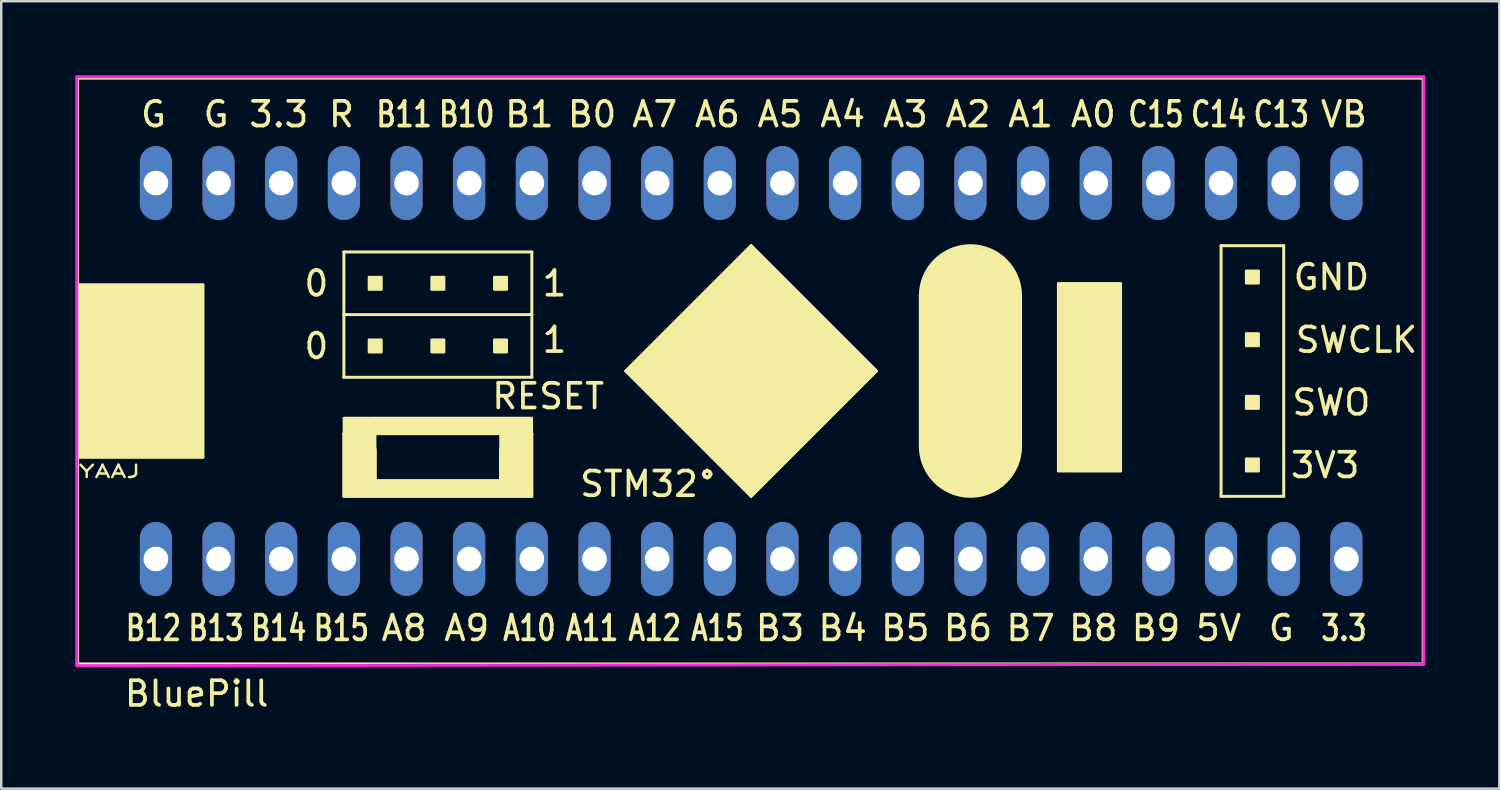
<source format=kicad_pcb>
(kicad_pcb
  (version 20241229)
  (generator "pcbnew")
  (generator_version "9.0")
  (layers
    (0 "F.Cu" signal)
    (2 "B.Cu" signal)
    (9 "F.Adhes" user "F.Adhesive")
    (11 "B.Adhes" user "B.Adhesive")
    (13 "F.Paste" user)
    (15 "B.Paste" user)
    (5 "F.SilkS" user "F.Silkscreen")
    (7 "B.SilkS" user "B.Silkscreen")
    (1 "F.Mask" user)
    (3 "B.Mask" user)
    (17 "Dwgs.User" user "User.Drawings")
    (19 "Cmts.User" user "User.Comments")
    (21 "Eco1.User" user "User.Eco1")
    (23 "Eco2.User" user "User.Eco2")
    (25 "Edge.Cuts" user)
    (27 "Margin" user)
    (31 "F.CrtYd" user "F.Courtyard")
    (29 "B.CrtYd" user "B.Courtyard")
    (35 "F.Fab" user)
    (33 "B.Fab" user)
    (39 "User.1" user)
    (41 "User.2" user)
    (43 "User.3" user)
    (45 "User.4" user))
  (footprint "BluePill"
    (layer "F.Cu")
    (at 3.171 19.618)
    (property "Reference" "BluePill" (at 1.75 5.453 180) (layer "F.SilkS") (effects (font (size 1 1) (thickness 0.15))))
    (attr through_hole)
    (fp_line (start -3.076 -19.502) (end 51.471 -19.502) (stroke (width 0.12) (type solid)) (layer "F.SilkS"))
    (fp_line (start -3.076 -4.135) (end 2.004 -4.135) (stroke (width 0.12) (type solid)) (layer "F.SilkS"))
    (fp_line (start -3.076 4.247) (end -3.076 -19.502) (stroke (width 0.12) (type solid)) (layer "F.SilkS"))
    (fp_line (start 2.004 -11.12) (end -3.076 -11.12) (stroke (width 0.12) (type solid)) (layer "F.SilkS"))
    (fp_line (start 2.004 -4.135) (end 2.004 -11.12) (stroke (width 0.12) (type solid)) (layer "F.SilkS"))
    (fp_line (start 7.719 -12.454) (end 7.719 -7.374) (stroke (width 0.12) (type solid)) (layer "F.SilkS"))
    (fp_line (start 7.719 -9.914) (end 15.339 -9.914) (stroke (width 0.12) (type solid)) (layer "F.SilkS"))
    (fp_line (start 7.719 -7.374) (end 15.339 -7.374) (stroke (width 0.12) (type solid)) (layer "F.SilkS"))
    (fp_line (start 7.719 -5.088) (end 15.339 -5.088) (stroke (width 0.12) (type solid)) (layer "F.SilkS"))
    (fp_line (start 7.719 -2.548) (end 7.719 -5.088) (stroke (width 0.12) (type solid)) (layer "F.SilkS"))
    (fp_line (start 8.989 -3.183) (end 8.989 -4.453) (stroke (width 0.12) (type solid)) (layer "F.SilkS"))
    (fp_line (start 14.069 -4.453) (end 14.069 -3.183) (stroke (width 0.12) (type solid)) (layer "F.SilkS"))
    (fp_line (start 14.069 -3.183) (end 8.989 -3.183) (stroke (width 0.12) (type solid)) (layer "F.SilkS"))
    (fp_line (start 15.339 -12.454) (end 7.719 -12.454) (stroke (width 0.12) (type solid)) (layer "F.SilkS"))
    (fp_line (start 15.339 -7.374) (end 15.339 -12.454) (stroke (width 0.12) (type solid)) (layer "F.SilkS"))
    (fp_line (start 15.339 -5.088) (end 15.339 -2.548) (stroke (width 0.12) (type solid)) (layer "F.SilkS"))
    (fp_line (start 15.339 -2.548) (end 7.719 -2.548) (stroke (width 0.12) (type solid)) (layer "F.SilkS"))
    (fp_line (start 19.149 -7.628) (end 24.229 -12.708) (stroke (width 0.12) (type solid)) (layer "F.SilkS"))
    (fp_line (start 24.229 -12.708) (end 29.309 -7.628) (stroke (width 0.12) (type solid)) (layer "F.SilkS"))
    (fp_line (start 24.229 -2.548) (end 19.149 -7.628) (stroke (width 0.12) (type solid)) (layer "F.SilkS"))
    (fp_line (start 29.309 -7.628) (end 24.229 -2.548) (stroke (width 0.12) (type solid)) (layer "F.SilkS"))
    (fp_line (start 31.087 -4.58) (end 31.087 -10.676) (stroke (width 0.12) (type solid)) (layer "F.SilkS"))
    (fp_line (start 35.151 -4.58) (end 35.151 -10.676) (stroke (width 0.12) (type solid)) (layer "F.SilkS"))
    (fp_line (start 43.279 -12.708) (end 43.279 -2.548) (stroke (width 0.12) (type solid)) (layer "F.SilkS"))
    (fp_line (start 43.279 -2.548) (end 45.819 -2.548) (stroke (width 0.12) (type solid)) (layer "F.SilkS"))
    (fp_line (start 45.819 -12.708) (end 43.279 -12.708) (stroke (width 0.12) (type solid)) (layer "F.SilkS"))
    (fp_line (start 45.819 -2.548) (end 45.819 -12.708) (stroke (width 0.12) (type solid)) (layer "F.SilkS"))
    (fp_line (start 51.471 -19.502) (end 51.471 4.247) (stroke (width 0.12) (type solid)) (layer "F.SilkS"))
    (fp_line (start 51.471 4.247) (end -3.076 4.247) (stroke (width 0.12) (type solid)) (layer "F.SilkS"))
    (fp_arc (start 31.08706 -10.67562) (mid 33.11906 -12.70762) (end 35.15106 -10.67562) (stroke (width 0.12) (type solid)) (layer "F.SilkS"))
    (fp_arc (start 35.15106 -4.57962) (mid 33.11906 -2.54762) (end 31.08706 -4.57962) (stroke (width 0.12) (type solid)) (layer "F.SilkS"))
    (fp_poly (pts (xy -3.076 -4.135) (xy 2.004 -4.135) (xy 2.004 -11.12) (xy -3.076 -11.12)) (stroke (width 0.1) (type solid)) (fill yes) (layer "F.SilkS"))
    (fp_poly (pts (xy 7.719 -2.548) (xy 7.719 -5.723) (xy 8.989 -5.723) (xy 8.989 -2.548)) (stroke (width 0.1) (type solid)) (fill yes) (layer "F.SilkS"))
    (fp_poly (pts (xy 8.735 -10.93) (xy 9.243 -10.93) (xy 9.243 -11.438) (xy 8.735 -11.438)) (stroke (width 0.1) (type solid)) (fill yes) (layer "F.SilkS"))
    (fp_poly (pts (xy 8.735 -8.39) (xy 8.735 -8.898) (xy 9.243 -8.898) (xy 9.243 -8.39)) (stroke (width 0.1) (type solid)) (fill yes) (layer "F.SilkS"))
    (fp_poly (pts (xy 8.989 -5.088) (xy 8.989 -5.723) (xy 14.069 -5.723) (xy 14.069 -5.088)) (stroke (width 0.1) (type solid)) (fill yes) (layer "F.SilkS"))
    (fp_poly (pts (xy 8.989 -2.548) (xy 8.989 -3.183) (xy 14.069 -3.183) (xy 14.069 -2.548)) (stroke (width 0.1) (type solid)) (fill yes) (layer "F.SilkS"))
    (fp_poly (pts (xy 11.275 -10.93) (xy 11.275 -11.438) (xy 11.783 -11.438) (xy 11.783 -10.93)) (stroke (width 0.1) (type solid)) (fill yes) (layer "F.SilkS"))
    (fp_poly (pts (xy 11.275 -8.39) (xy 11.275 -8.898) (xy 11.783 -8.898) (xy 11.783 -8.39)) (stroke (width 0.1) (type solid)) (fill yes) (layer "F.SilkS"))
    (fp_poly (pts (xy 13.815 -10.93) (xy 13.815 -11.438) (xy 14.323 -11.438) (xy 14.323 -10.93)) (stroke (width 0.1) (type solid)) (fill yes) (layer "F.SilkS"))
    (fp_poly (pts (xy 13.815 -8.39) (xy 14.323 -8.39) (xy 14.323 -8.898) (xy 13.815 -8.898)) (stroke (width 0.1) (type solid)) (fill yes) (layer "F.SilkS"))
    (fp_poly (pts (xy 14.069 -2.548) (xy 14.069 -5.723) (xy 15.339 -5.723) (xy 15.339 -2.548)) (stroke (width 0.1) (type solid)) (fill yes) (layer "F.SilkS"))
    (fp_poly (pts (xy 19.149 -7.628) (xy 24.229 -2.548) (xy 29.309 -7.628) (xy 24.229 -12.708)) (stroke (width 0.1) (type solid)) (fill yes) (layer "F.SilkS"))
    (fp_poly (pts (xy 36.675 -3.564) (xy 36.675 -11.184) (xy 39.215 -11.184) (xy 39.215 -3.564)) (stroke (width 0.1) (type solid)) (fill yes) (layer "F.SilkS"))
    (fp_poly (pts (xy 44.295 -11.184) (xy 44.803 -11.184) (xy 44.803 -11.692) (xy 44.295 -11.692)) (stroke (width 0.1) (type solid)) (fill yes) (layer "F.SilkS"))
    (fp_poly (pts (xy 44.295 -8.644) (xy 44.803 -8.644) (xy 44.803 -9.152) (xy 44.295 -9.152)) (stroke (width 0.1) (type solid)) (fill yes) (layer "F.SilkS"))
    (fp_poly (pts (xy 44.295 -6.104) (xy 44.803 -6.104) (xy 44.803 -6.612) (xy 44.295 -6.612)) (stroke (width 0.1) (type solid)) (fill yes) (layer "F.SilkS"))
    (fp_poly (pts (xy 44.295 -3.564) (xy 44.803 -3.564) (xy 44.803 -4.072) (xy 44.295 -4.072)) (stroke (width 0.1) (type solid)) (fill yes) (layer "F.SilkS"))
    (fp_poly (pts (xy 31.196 -4.209) (xy 31.35 -3.745) (xy 31.606 -3.362) (xy 31.742 -3.185) (xy 32.057 -2.926) (xy 32.291 -2.799) (xy 32.522 -2.723) (xy 32.827 -2.652) (xy 33.114 -2.598) (xy 33.541 -2.642) (xy 33.891 -2.744) (xy 34.196 -2.936) (xy 34.412 -3.089) (xy 34.638 -3.338) (xy 34.877 -3.627) (xy 34.973 -3.856) (xy 35.019 -4.049) (xy 35.088 -4.514) (xy 35.093 -10.838) (xy 34.966 -11.394) (xy 34.592 -11.979) (xy 34.242 -12.291) (xy 33.726 -12.529) (xy 33.381 -12.592) (xy 33.076 -12.624) (xy 32.743 -12.593) (xy 32.342 -12.484) (xy 32.144 -12.403) (xy 31.92 -12.25) (xy 31.704 -12.029) (xy 31.499 -11.781) (xy 31.255 -11.318) (xy 31.163 -10.843) (xy 31.168 -4.521)) (stroke (width 0.1) (type solid)) (fill yes) (layer "F.SilkS"))
    (fp_line (start -3.111 -19.558) (end 51.498 -19.558) (stroke (width 0.12) (type solid)) (layer "F.CrtYd"))
    (fp_line (start -3.111 4.318) (end -3.111 -19.558) (stroke (width 0.12) (type solid)) (layer "F.CrtYd"))
    (fp_line (start 51.498 -19.558) (end 51.498 4.255) (stroke (width 0.12) (type solid)) (layer "F.CrtYd"))
    (fp_line (start 51.498 4.255) (end -3.111 4.318) (stroke (width 0.12) (type solid)) (layer "F.CrtYd"))
    (fp_text user "B10" (at 12.7 -18.034 0) (layer "F.SilkS") (effects (font (size 1 0.762) (thickness 0.15))))
    (fp_text user "A12" (at 20.32 2.794 0) (layer "F.SilkS") (effects (font (size 1 0.762) (thickness 0.15))))
    (fp_text user "A6" (at 22.86 -18.034 0) (layer "F.SilkS") (effects (font (size 1 1) (thickness 0.15))))
    (fp_text user "SWCLK" (at 48.768 -8.89 0) (layer "F.SilkS") (effects (font (size 1 1) (thickness 0.15))))
    (fp_text user "B6" (at 33.02 2.794 0) (layer "F.SilkS") (effects (font (size 1 1) (thickness 0.15))))
    (fp_text user "B11" (at 10.16 -18.034 0) (layer "F.SilkS") (effects (font (size 1 0.762) (thickness 0.15))))
    (fp_text user "B5" (at 30.48 2.794 0) (layer "F.SilkS") (effects (font (size 1 1) (thickness 0.15))))
    (fp_text user "1" (at 16.256 -8.89 0) (layer "F.SilkS") (effects (font (size 1 1) (thickness 0.15))))
    (fp_text user "C15" (at 40.64 -18.034 0) (layer "F.SilkS") (effects (font (size 1 0.762) (thickness 0.15))))
    (fp_text user "B9" (at 40.64 2.794 0) (layer "F.SilkS") (effects (font (size 1 1) (thickness 0.15))))
    (fp_text user "A4" (at 27.94 -18.034 0) (layer "F.SilkS") (effects (font (size 1 1) (thickness 0.15))))
    (fp_text user "A10" (at 15.24 2.794 0) (layer "F.SilkS") (effects (font (size 1 0.762) (thickness 0.15))))
    (fp_text user "B13" (at 2.54 2.794 0) (layer "F.SilkS") (effects (font (size 1 0.762) (thickness 0.15))))
    (fp_text user "A1" (at 35.56 -18.034 0) (layer "F.SilkS") (effects (font (size 1 1) (thickness 0.15))))
    (fp_text user "B3" (at 25.4 2.794 0) (layer "F.SilkS") (effects (font (size 1 1) (thickness 0.15))))
    (fp_text user "B15" (at 7.62 2.794 0) (layer "F.SilkS") (effects (font (size 1 0.762) (thickness 0.15))))
    (fp_text user "RESET" (at 16.002 -6.604 0) (layer "F.SilkS") (effects (font (size 1 1) (thickness 0.15))))
    (fp_text user "C13" (at 45.72 -18.034 0) (layer "F.SilkS") (effects (font (size 1 0.762) (thickness 0.15))))
    (fp_text user "VB" (at 48.26 -18.034 0) (layer "F.SilkS") (effects (font (size 1 1) (thickness 0.15))))
    (fp_text user "B0" (at 17.78 -18.034 0) (layer "F.SilkS") (effects (font (size 1 1) (thickness 0.15))))
    (fp_text user "B8" (at 38.1 2.794 0) (layer "F.SilkS") (effects (font (size 1 1) (thickness 0.15))))
    (fp_text user "A2" (at 33.02 -18.034 0) (layer "F.SilkS") (effects (font (size 1 1) (thickness 0.15))))
    (fp_text user "A3" (at 30.48 -18.034 0) (layer "F.SilkS") (effects (font (size 1 1) (thickness 0.15))))
    (fp_text user "G" (at 0 -18.034 0) (layer "F.SilkS") (effects (font (size 1 1) (thickness 0.15))))
    (fp_text user "STM32°" (at 20.066 -3.048 0) (layer "F.SilkS") (effects (font (size 1 1) (thickness 0.15))))
    (fp_text user "SWO" (at 47.752 -6.35 0) (layer "F.SilkS") (effects (font (size 1 1) (thickness 0.15))))
    (fp_text user "B4" (at 27.94 2.794 0) (layer "F.SilkS") (effects (font (size 1 1) (thickness 0.15))))
    (fp_text user "G" (at 45.72 2.794 0) (layer "F.SilkS") (effects (font (size 1 1) (thickness 0.15))))
    (fp_text user "B7" (at 35.56 2.794 0) (layer "F.SilkS") (effects (font (size 1 1) (thickness 0.15))))
    (fp_text user "5V" (at 43.18 2.794 0) (layer "F.SilkS") (effects (font (size 1 1) (thickness 0.15))))
    (fp_text user "B1" (at 15.24 -18.034 0) (layer "F.SilkS") (effects (font (size 1 1) (thickness 0.15))))
    (fp_text user "C14" (at 43.18 -18.034 0) (layer "F.SilkS") (effects (font (size 1 0.762) (thickness 0.15))))
    (fp_text user "1" (at 16.256 -11.176 0) (layer "F.SilkS") (effects (font (size 1 1) (thickness 0.15))))
    (fp_text user "A15" (at 22.86 2.794 0) (layer "F.SilkS") (effects (font (size 1 0.762) (thickness 0.15))))
    (fp_text user "3V3" (at 47.498 -3.81 0) (layer "F.SilkS") (effects (font (size 1 1) (thickness 0.15))))
    (fp_text user "A8" (at 10.16 2.794 0) (layer "F.SilkS") (effects (font (size 1 1) (thickness 0.15))))
    (fp_text user "B14" (at 5.08 2.794 0) (layer "F.SilkS") (effects (font (size 1 0.762) (thickness 0.15))))
    (fp_text user "A7" (at 20.32 -18.034 0) (layer "F.SilkS") (effects (font (size 1 1) (thickness 0.15))))
    (fp_text user "B12" (at 0 2.794 0) (layer "F.SilkS") (effects (font (size 1 0.762) (thickness 0.15))))
    (fp_text user "0" (at 6.604 -8.636 0) (layer "F.SilkS") (effects (font (size 1 1) (thickness 0.15))))
    (fp_text user "A5" (at 25.4 -18.034 0) (layer "F.SilkS") (effects (font (size 1 1) (thickness 0.15))))
    (fp_text user "3.3" (at 5.08 -18.034 0) (layer "F.SilkS") (effects (font (size 1 1) (thickness 0.15))))
    (fp_text user "R" (at 7.62 -18.034 0) (layer "F.SilkS") (effects (font (size 1 1) (thickness 0.15))))
    (fp_text user "GND" (at 47.752 -11.43 0) (layer "F.SilkS") (effects (font (size 1 1) (thickness 0.15))))
    (fp_text user "A0" (at 38.1 -18.034 0) (layer "F.SilkS") (effects (font (size 1 1) (thickness 0.15))))
    (fp_text user "0" (at 6.604 -11.176 0) (layer "F.SilkS") (effects (font (size 1 1) (thickness 0.15))))
    (fp_text user "A11" (at 17.78 2.794 0) (layer "F.SilkS") (effects (font (size 1 0.762) (thickness 0.15))))
    (fp_text user "G" (at 2.54 -18.034 0) (layer "F.SilkS") (effects (font (size 1 1) (thickness 0.15))))
    (fp_text user "3.3" (at 48.26 2.794 0) (layer "F.SilkS") (effects (font (size 1 0.762) (thickness 0.15))))
    (fp_text user "A9" (at 12.7 2.794 0) (layer "F.SilkS") (effects (font (size 1 1) (thickness 0.15))))
    (fp_text user "YAAJ" (at -1.778 -3.556 0) (layer "F.SilkS") (effects (font (size 0.5 0.75) (thickness 0.1))))
    (pad "1" thru_hole oval (at 0.099 -0.008) (size 1.3 3) (drill 1) (layers "*.Cu" "*.Mask"))
    (pad "2" thru_hole oval (at 2.639 -0.008) (size 1.3 3) (drill 1) (layers "*.Cu" "*.Mask"))
    (pad "3" thru_hole oval (at 5.179 -0.008) (size 1.3 3) (drill 1) (layers "*.Cu" "*.Mask"))
    (pad "4" thru_hole oval (at 7.719 -0.008) (size 1.3 3) (drill 1) (layers "*.Cu" "*.Mask"))
    (pad "5" thru_hole oval (at 10.259 -0.008) (size 1.3 3) (drill 1) (layers "*.Cu" "*.Mask"))
    (pad "6" thru_hole oval (at 12.799 -0.008) (size 1.3 3) (drill 1) (layers "*.Cu" "*.Mask"))
    (pad "7" thru_hole oval (at 15.339 -0.008) (size 1.3 3) (drill 1) (layers "*.Cu" "*.Mask"))
    (pad "8" thru_hole oval (at 17.879 -0.008) (size 1.3 3) (drill 1) (layers "*.Cu" "*.Mask"))
    (pad "9" thru_hole oval (at 20.419 -0.008) (size 1.3 3) (drill 1) (layers "*.Cu" "*.Mask"))
    (pad "10" thru_hole oval (at 22.959 -0.008) (size 1.3 3) (drill 1) (layers "*.Cu" "*.Mask"))
    (pad "11" thru_hole oval (at 25.499 -0.008) (size 1.3 3) (drill 1) (layers "*.Cu" "*.Mask"))
    (pad "12" thru_hole oval (at 28.039 -0.008) (size 1.3 3) (drill 1) (layers "*.Cu" "*.Mask"))
    (pad "13" thru_hole oval (at 30.579 -0.008) (size 1.3 3) (drill 1) (layers "*.Cu" "*.Mask"))
    (pad "14" thru_hole oval (at 33.119 -0.008) (size 1.3 3) (drill 1) (layers "*.Cu" "*.Mask"))
    (pad "15" thru_hole oval (at 35.659 -0.008) (size 1.3 3) (drill 1) (layers "*.Cu" "*.Mask"))
    (pad "16" thru_hole oval (at 38.199 -0.008) (size 1.3 3) (drill 1) (layers "*.Cu" "*.Mask"))
    (pad "17" thru_hole oval (at 40.739 -0.008) (size 1.3 3) (drill 1) (layers "*.Cu" "*.Mask"))
    (pad "18" thru_hole oval (at 43.279 -0.008) (size 1.3 3) (drill 1) (layers "*.Cu" "*.Mask"))
    (pad "19" thru_hole oval (at 45.819 -0.008) (size 1.3 3) (drill 1) (layers "*.Cu" "*.Mask"))
    (pad "20" thru_hole oval (at 48.359 -0.008) (size 1.3 3) (drill 1) (layers "*.Cu" "*.Mask"))
    (pad "21" thru_hole oval (at 48.359 -15.248) (size 1.3 3) (drill 1) (layers "*.Cu" "*.Mask"))
    (pad "22" thru_hole oval (at 45.819 -15.248) (size 1.3 3) (drill 1) (layers "*.Cu" "*.Mask"))
    (pad "23" thru_hole oval (at 43.279 -15.248) (size 1.3 3) (drill 1) (layers "*.Cu" "*.Mask"))
    (pad "24" thru_hole oval (at 40.739 -15.248) (size 1.3 3) (drill 1) (layers "*.Cu" "*.Mask"))
    (pad "25" thru_hole oval (at 38.199 -15.248) (size 1.3 3) (drill 1) (layers "*.Cu" "*.Mask"))
    (pad "26" thru_hole oval (at 35.659 -15.248) (size 1.3 3) (drill 1) (layers "*.Cu" "*.Mask"))
    (pad "27" thru_hole oval (at 33.119 -15.248) (size 1.3 3) (drill 1) (layers "*.Cu" "*.Mask"))
    (pad "28" thru_hole oval (at 30.579 -15.248) (size 1.3 3) (drill 1) (layers "*.Cu" "*.Mask"))
    (pad "29" thru_hole oval (at 28.039 -15.248) (size 1.3 3) (drill 1) (layers "*.Cu" "*.Mask"))
    (pad "30" thru_hole oval (at 25.499 -15.248) (size 1.3 3) (drill 1) (layers "*.Cu" "*.Mask"))
    (pad "31" thru_hole oval (at 22.959 -15.248) (size 1.3 3) (drill 1) (layers "*.Cu" "*.Mask"))
    (pad "32" thru_hole oval (at 20.419 -15.248) (size 1.3 3) (drill 1) (layers "*.Cu" "*.Mask"))
    (pad "33" thru_hole oval (at 17.879 -15.248) (size 1.3 3) (drill 1) (layers "*.Cu" "*.Mask"))
    (pad "34" thru_hole oval (at 15.339 -15.248) (size 1.3 3) (drill 1) (layers "*.Cu" "*.Mask"))
    (pad "35" thru_hole oval (at 12.799 -15.248) (size 1.3 3) (drill 1) (layers "*.Cu" "*.Mask"))
    (pad "36" thru_hole oval (at 10.259 -15.248) (size 1.3 3) (drill 1) (layers "*.Cu" "*.Mask"))
    (pad "37" thru_hole oval (at 7.719 -15.248) (size 1.3 3) (drill 1) (layers "*.Cu" "*.Mask"))
    (pad "38" thru_hole oval (at 5.179 -15.248) (size 1.3 3) (drill 1) (layers "*.Cu" "*.Mask"))
    (pad "39" thru_hole oval (at 2.639 -15.248) (size 1.3 3) (drill 1) (layers "*.Cu" "*.Mask"))
    (pad "40" thru_hole oval (at 0.099 -15.248) (size 1.3 3) (drill 1) (layers "*.Cu" "*.Mask")))
  (gr_rect
    (start -3 -3)
    (end 57.73 28.92)
    (stroke (width 0.1) (type default))
    (fill no)
    (layer "Edge.Cuts")))
</source>
